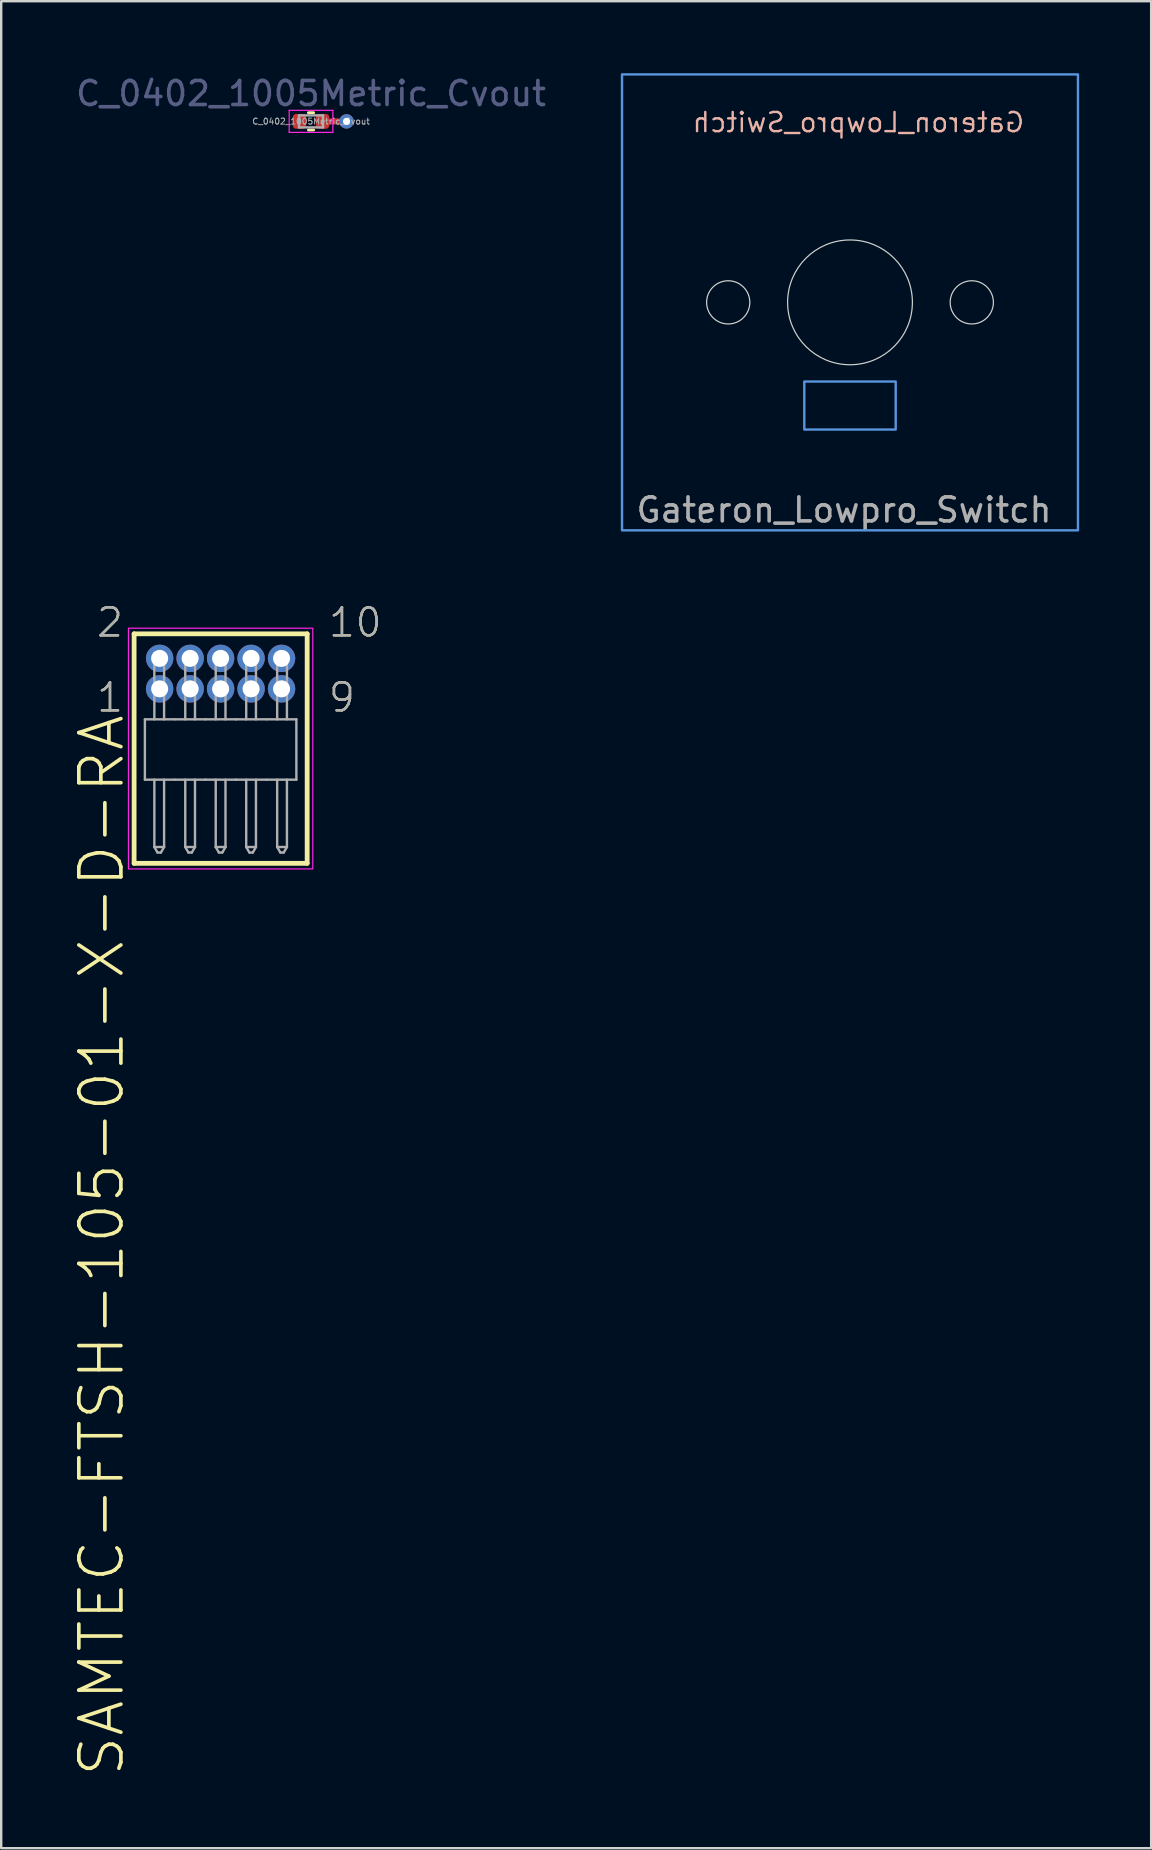
<source format=kicad_pcb>
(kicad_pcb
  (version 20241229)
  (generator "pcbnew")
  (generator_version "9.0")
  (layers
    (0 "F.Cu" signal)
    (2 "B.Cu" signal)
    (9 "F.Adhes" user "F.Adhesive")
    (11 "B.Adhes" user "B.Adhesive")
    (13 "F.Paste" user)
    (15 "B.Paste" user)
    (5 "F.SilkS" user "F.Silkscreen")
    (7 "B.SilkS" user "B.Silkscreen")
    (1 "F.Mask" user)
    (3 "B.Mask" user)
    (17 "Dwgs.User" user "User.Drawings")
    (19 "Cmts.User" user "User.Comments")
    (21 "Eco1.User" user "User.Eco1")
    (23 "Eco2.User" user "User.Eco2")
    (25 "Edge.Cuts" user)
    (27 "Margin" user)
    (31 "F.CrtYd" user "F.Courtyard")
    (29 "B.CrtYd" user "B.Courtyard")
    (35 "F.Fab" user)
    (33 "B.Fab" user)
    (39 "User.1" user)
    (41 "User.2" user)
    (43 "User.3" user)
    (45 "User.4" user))
  (footprint "Gateron_Lowpro_Switch"
    (layer "F.Cu")
    (at 32.371 9.55)
    (property "Reference" "Gateron_Lowpro_Switch" (at 0.35 -7.5 0) (unlocked yes) (layer "B.SilkS") (effects (font (size 0.8 0.8) (thickness 0.1)) (justify mirror)))
    (attr smd)
    (fp_rect (start -9.5 -9.5) (end 9.5 9.5) (stroke (width 0.1) (type solid)) (fill no) (layer "Cmts.User"))
    (fp_rect (start -1.905 3.3) (end 1.905 5.3) (stroke (width 0.1) (type solid)) (fill no) (layer "Cmts.User"))
    (fp_circle (center -5.075 0) (end -4.175 0) (stroke (width 0.05) (type solid)) (fill no) (layer "Edge.Cuts"))
    (fp_circle (center 0 0) (end 2.6 0) (stroke (width 0.05) (type solid)) (fill no) (layer "Edge.Cuts"))
    (fp_circle (center 5.075 0) (end 5.975 0) (stroke (width 0.05) (type solid)) (fill no) (layer "Edge.Cuts"))
    (fp_circle (center -5.075 0) (end -4.075 0) (stroke (width 0.05) (type solid)) (fill no) (layer "User.1"))
    (fp_circle (center 0 0) (end 2.75 0) (stroke (width 0.1) (type solid)) (fill no) (layer "User.1"))
    (fp_circle (center 5.075 0) (end 6.075 0) (stroke (width 0.05) (type solid)) (fill no) (layer "User.1"))
    (fp_rect (start -2.5 -6) (end 2.5 -3.5) (stroke (width 0.1) (type solid)) (fill no) (layer "User.2"))
    (fp_circle (center 0 4.3) (end 2.75 4.3) (stroke (width 0.1) (type solid)) (fill no) (layer "User.2"))
    (fp_circle (center -1 4.3) (end 1.75 4.3) (stroke (width 0.1) (type solid)) (fill no) (layer "User.3"))
    (fp_circle (center 0 -4.75) (end 2.75 -4.75) (stroke (width 0.1) (type solid)) (fill no) (layer "User.3"))
    (fp_circle (center 1 4.3) (end 3.75 4.3) (stroke (width 0.1) (type solid)) (fill no) (layer "User.3"))
    (fp_line (start -7 -6.6) (end -7 6.6) (stroke (width 0.12) (type solid)) (layer "User.4"))
    (fp_line (start -6.6 -7) (end 6.6 -7) (stroke (width 0.12) (type solid)) (layer "User.4"))
    (fp_line (start -6.6 7) (end 6.6 7) (stroke (width 0.12) (type solid)) (layer "User.4"))
    (fp_line (start 7 -6.6) (end 7 6.6) (stroke (width 0.12) (type solid)) (layer "User.4"))
    (fp_arc (start -7 -6.6) (mid -6.882843 -6.882843) (end -6.6 -7) (stroke (width 0.12) (type solid)) (layer "User.4"))
    (fp_arc (start -6.6 7) (mid -6.882843 6.882843) (end -7 6.6) (stroke (width 0.12) (type solid)) (layer "User.4"))
    (fp_arc (start 6.6 -7) (mid 6.882843 -6.882843) (end 7 -6.6) (stroke (width 0.12) (type solid)) (layer "User.4"))
    (fp_arc (start 7 6.6) (mid 6.882843 6.882843) (end 6.6 7) (stroke (width 0.12) (type solid)) (layer "User.4"))
    (fp_text user "${REFERENCE}" (at -0.25 8.65 0) (unlocked yes) (layer "F.Fab") (effects (font (size 1 1) (thickness 0.15))))
    (zone (net_name "") (layers "F.Cu" "B.Cu") (hatch edge 0.5) (connect_pads) (min_thickness 0.25) (filled_areas_thickness no) (keepout (tracks allowed) (vias allowed) (pads allowed) (copperpour not_allowed) (footprints allowed)) (placement (enabled no)) (fill) (polygon (pts (xy 39.371 9.55) (xy 39.421 14.15) (xy 37.271 14.15) (xy 37.271 13.65) (xy 35.621 13.65) (xy 35.621 15.15) (xy 37.271 15.15) (xy 37.271 14.5) (xy 39.421 14.5) (xy 39.371 18.1) (xy 25.371 18.1) (xy 25.371 9.55) (xy 28.771 9.55) (xy 28.771 11.6) (xy 28.121 12.65) (xy 28.621 13.55) (xy 29.521 13.55) (xy 30.121 13.15) (xy 30.091 12.45) (xy 29.121 11.6) (xy 29.121 9.55)))))
  (footprint "C_0402_1005Metric_Cvout"
    (layer "F.Cu")
    (at 9.911 2.008)
    (property "Reference" "C_0402_1005Metric_Cvout" (at 0 -1.16 0) (layer "B.Fab") (effects (font (size 1 1) (thickness 0.15))))
    (attr smd)
    (fp_line (start -0.108 -0.36) (end 0.108 -0.36) (stroke (width 0.12) (type solid)) (layer "F.SilkS"))
    (fp_line (start -0.108 0.36) (end 0.108 0.36) (stroke (width 0.12) (type solid)) (layer "F.SilkS"))
    (fp_line (start -0.91 -0.46) (end 0.91 -0.46) (stroke (width 0.05) (type solid)) (layer "F.CrtYd"))
    (fp_line (start -0.91 0.46) (end -0.91 -0.46) (stroke (width 0.05) (type solid)) (layer "F.CrtYd"))
    (fp_line (start 0.91 -0.46) (end 0.91 0.46) (stroke (width 0.05) (type solid)) (layer "F.CrtYd"))
    (fp_line (start 0.91 0.46) (end -0.91 0.46) (stroke (width 0.05) (type solid)) (layer "F.CrtYd"))
    (fp_line (start -0.5 -0.25) (end 0.5 -0.25) (stroke (width 0.1) (type solid)) (layer "F.Fab"))
    (fp_line (start -0.5 0.25) (end -0.5 -0.25) (stroke (width 0.1) (type solid)) (layer "F.Fab"))
    (fp_line (start 0.5 -0.25) (end 0.5 0.25) (stroke (width 0.1) (type solid)) (layer "F.Fab"))
    (fp_line (start 0.5 0.25) (end -0.5 0.25) (stroke (width 0.1) (type solid)) (layer "F.Fab"))
    (fp_text user "${REFERENCE}" (at 0 0 0) (layer "F.Fab") (effects (font (size 0.25 0.25) (thickness 0.04))))
    (pad "1" smd roundrect (at -0.48 0) (size 0.56 0.62) (layers "F.Cu" "F.Mask" "F.Paste") (roundrect_rratio 0.25))
    (pad "2" smd roundrect (at 0.48 0) (size 0.56 0.62) (layers "F.Cu" "F.Mask" "F.Paste") (roundrect_rratio 0.25))
    (pad "2" smd rect (at 0.98 0 90) (size 0.25 0.45) (layers "F.Cu"))
    (pad "2" thru_hole circle (at 1.48 0) (size 0.6 0.6) (drill 0.3) (layers "*.Cu")))
  (footprint "SAMTEC-FTSH-105-01-X-D-RA"
    (layer "F.Cu")
    (at 6.143 28.183)
    (property "Reference" "SAMTEC-FTSH-105-01-X-D-RA" (at -3.933 -1.555 90) (unlocked yes) (layer "F.SilkS") (effects (font (size 1.753 1.753) (thickness 0.152)) (justify right bottom)))
    (fp_circle (center -2.54 -3.797) (end -2.229 -3.797) (stroke (width 0.622) (type solid)) (fill yes) (layer "F.Mask"))
    (fp_circle (center -2.54 -2.527) (end -2.229 -2.527) (stroke (width 0.622) (type solid)) (fill yes) (layer "F.Mask"))
    (fp_circle (center -1.27 -3.797) (end -0.959 -3.797) (stroke (width 0.622) (type solid)) (fill yes) (layer "F.Mask"))
    (fp_circle (center -1.27 -2.527) (end -0.959 -2.527) (stroke (width 0.622) (type solid)) (fill yes) (layer "F.Mask"))
    (fp_circle (center 0 -3.797) (end 0.311 -3.797) (stroke (width 0.622) (type solid)) (fill yes) (layer "F.Mask"))
    (fp_circle (center 0 -2.527) (end 0.311 -2.527) (stroke (width 0.622) (type solid)) (fill yes) (layer "F.Mask"))
    (fp_circle (center 1.27 -3.797) (end 1.581 -3.797) (stroke (width 0.622) (type solid)) (fill yes) (layer "F.Mask"))
    (fp_circle (center 1.27 -2.527) (end 1.581 -2.527) (stroke (width 0.622) (type solid)) (fill yes) (layer "F.Mask"))
    (fp_circle (center 2.54 -3.797) (end 2.851 -3.797) (stroke (width 0.622) (type solid)) (fill yes) (layer "F.Mask"))
    (fp_circle (center 2.54 -2.527) (end 2.851 -2.527) (stroke (width 0.622) (type solid)) (fill yes) (layer "F.Mask"))
    (fp_circle (center -2.54 -3.797) (end -2.229 -3.797) (stroke (width 0.622) (type solid)) (fill yes) (layer "B.Mask"))
    (fp_circle (center -2.54 -2.527) (end -2.229 -2.527) (stroke (width 0.622) (type solid)) (fill yes) (layer "B.Mask"))
    (fp_circle (center -1.27 -3.797) (end -0.959 -3.797) (stroke (width 0.622) (type solid)) (fill yes) (layer "B.Mask"))
    (fp_circle (center -1.27 -2.527) (end -0.959 -2.527) (stroke (width 0.622) (type solid)) (fill yes) (layer "B.Mask"))
    (fp_circle (center 0 -3.797) (end 0.311 -3.797) (stroke (width 0.622) (type solid)) (fill yes) (layer "B.Mask"))
    (fp_circle (center 0 -2.527) (end 0.311 -2.527) (stroke (width 0.622) (type solid)) (fill yes) (layer "B.Mask"))
    (fp_circle (center 1.27 -3.797) (end 1.581 -3.797) (stroke (width 0.622) (type solid)) (fill yes) (layer "B.Mask"))
    (fp_circle (center 1.27 -2.527) (end 1.581 -2.527) (stroke (width 0.622) (type solid)) (fill yes) (layer "B.Mask"))
    (fp_circle (center 2.54 -3.797) (end 2.851 -3.797) (stroke (width 0.622) (type solid)) (fill yes) (layer "B.Mask"))
    (fp_circle (center 2.54 -2.527) (end 2.851 -2.527) (stroke (width 0.622) (type solid)) (fill yes) (layer "B.Mask"))
    (fp_line (start -3.605 -4.82) (end -3.605 4.743) (stroke (width 0.2) (type solid)) (layer "F.SilkS"))
    (fp_line (start -3.605 4.743) (end 3.607 4.743) (stroke (width 0.2) (type solid)) (layer "F.SilkS"))
    (fp_line (start 3.607 -4.82) (end -3.605 -4.82) (stroke (width 0.2) (type solid)) (layer "F.SilkS"))
    (fp_line (start 3.607 4.743) (end 3.607 -4.82) (stroke (width 0.2) (type solid)) (layer "F.SilkS"))
    (fp_rect (start -3.84 -5.055) (end 3.842 4.978) (stroke (width 0.05) (type default)) (fill no) (layer "F.CrtYd"))
    (fp_line (start -3.155 1.257) (end -3.155 -1.257) (stroke (width 0.1) (type solid)) (layer "F.Fab"))
    (fp_line (start -2.761 -4.013) (end -2.761 -1.257) (stroke (width 0.1) (type solid)) (layer "F.Fab"))
    (fp_line (start -2.761 -4.013) (end -2.355 -4.013) (stroke (width 0.1) (type solid)) (layer "F.Fab"))
    (fp_line (start -2.761 4.064) (end -2.761 1.257) (stroke (width 0.1) (type solid)) (layer "F.Fab"))
    (fp_line (start -2.629 4.293) (end -2.761 4.064) (stroke (width 0.1) (type solid)) (layer "F.Fab"))
    (fp_line (start -2.629 4.293) (end -2.487 4.293) (stroke (width 0.1) (type solid)) (layer "F.Fab"))
    (fp_line (start -2.355 -4.013) (end -2.355 -1.257) (stroke (width 0.1) (type solid)) (layer "F.Fab"))
    (fp_line (start -2.355 1.257) (end -2.355 4.064) (stroke (width 0.1) (type solid)) (layer "F.Fab"))
    (fp_line (start -2.355 4.064) (end -2.761 4.064) (stroke (width 0.1) (type solid)) (layer "F.Fab"))
    (fp_line (start -2.355 4.064) (end -2.487 4.293) (stroke (width 0.1) (type solid)) (layer "F.Fab"))
    (fp_line (start -1.923 -1.257) (end -3.155 -1.257) (stroke (width 0.1) (type solid)) (layer "F.Fab"))
    (fp_line (start -1.923 1.257) (end -3.155 1.257) (stroke (width 0.1) (type solid)) (layer "F.Fab"))
    (fp_line (start -1.473 -4.013) (end -1.067 -4.013) (stroke (width 0.1) (type solid)) (layer "F.Fab"))
    (fp_line (start -1.473 -1.257) (end -1.473 -4.013) (stroke (width 0.1) (type solid)) (layer "F.Fab"))
    (fp_line (start -1.473 4.064) (end -1.473 1.257) (stroke (width 0.1) (type solid)) (layer "F.Fab"))
    (fp_line (start -1.473 4.064) (end -1.341 4.293) (stroke (width 0.1) (type solid)) (layer "F.Fab"))
    (fp_line (start -1.341 4.293) (end -1.199 4.293) (stroke (width 0.1) (type solid)) (layer "F.Fab"))
    (fp_line (start -1.199 4.293) (end -1.067 4.064) (stroke (width 0.1) (type solid)) (layer "F.Fab"))
    (fp_line (start -1.067 -4.013) (end -1.067 -1.257) (stroke (width 0.1) (type solid)) (layer "F.Fab"))
    (fp_line (start -1.067 1.257) (end -1.067 4.064) (stroke (width 0.1) (type solid)) (layer "F.Fab"))
    (fp_line (start -1.067 4.064) (end -1.473 4.064) (stroke (width 0.1) (type solid)) (layer "F.Fab"))
    (fp_line (start -0.635 -1.257) (end -1.905 -1.257) (stroke (width 0.1) (type solid)) (layer "F.Fab"))
    (fp_line (start -0.635 1.257) (end -1.905 1.257) (stroke (width 0.1) (type solid)) (layer "F.Fab"))
    (fp_line (start -0.203 -4.013) (end 0.203 -4.013) (stroke (width 0.1) (type solid)) (layer "F.Fab"))
    (fp_line (start -0.203 -1.257) (end -0.203 -4.013) (stroke (width 0.1) (type solid)) (layer "F.Fab"))
    (fp_line (start -0.203 4.064) (end -0.203 1.257) (stroke (width 0.1) (type solid)) (layer "F.Fab"))
    (fp_line (start -0.203 4.064) (end -0.071 4.293) (stroke (width 0.1) (type solid)) (layer "F.Fab"))
    (fp_line (start -0.071 4.293) (end 0.071 4.293) (stroke (width 0.1) (type solid)) (layer "F.Fab"))
    (fp_line (start 0.071 4.293) (end 0.203 4.064) (stroke (width 0.1) (type solid)) (layer "F.Fab"))
    (fp_line (start 0.203 -4.013) (end 0.203 -1.257) (stroke (width 0.1) (type solid)) (layer "F.Fab"))
    (fp_line (start 0.203 1.257) (end 0.203 4.064) (stroke (width 0.1) (type solid)) (layer "F.Fab"))
    (fp_line (start 0.203 4.064) (end -0.203 4.064) (stroke (width 0.1) (type solid)) (layer "F.Fab"))
    (fp_line (start 0.635 -1.257) (end -0.635 -1.257) (stroke (width 0.1) (type solid)) (layer "F.Fab"))
    (fp_line (start 0.635 1.257) (end -0.635 1.257) (stroke (width 0.1) (type solid)) (layer "F.Fab"))
    (fp_line (start 1.067 -4.013) (end 1.473 -4.013) (stroke (width 0.1) (type solid)) (layer "F.Fab"))
    (fp_line (start 1.067 -1.257) (end 1.067 -4.013) (stroke (width 0.1) (type solid)) (layer "F.Fab"))
    (fp_line (start 1.067 4.064) (end 1.067 1.257) (stroke (width 0.1) (type solid)) (layer "F.Fab"))
    (fp_line (start 1.067 4.064) (end 1.199 4.293) (stroke (width 0.1) (type solid)) (layer "F.Fab"))
    (fp_line (start 1.199 4.293) (end 1.341 4.293) (stroke (width 0.1) (type solid)) (layer "F.Fab"))
    (fp_line (start 1.341 4.293) (end 1.473 4.064) (stroke (width 0.1) (type solid)) (layer "F.Fab"))
    (fp_line (start 1.473 -4.013) (end 1.473 -1.257) (stroke (width 0.1) (type solid)) (layer "F.Fab"))
    (fp_line (start 1.473 1.257) (end 1.473 4.064) (stroke (width 0.1) (type solid)) (layer "F.Fab"))
    (fp_line (start 1.473 4.064) (end 1.067 4.064) (stroke (width 0.1) (type solid)) (layer "F.Fab"))
    (fp_line (start 1.905 -1.257) (end 0.635 -1.257) (stroke (width 0.1) (type solid)) (layer "F.Fab"))
    (fp_line (start 1.905 1.257) (end 0.635 1.257) (stroke (width 0.1) (type solid)) (layer "F.Fab"))
    (fp_line (start 2.357 -4.013) (end 2.764 -4.013) (stroke (width 0.1) (type solid)) (layer "F.Fab"))
    (fp_line (start 2.357 -1.257) (end 2.357 -4.013) (stroke (width 0.1) (type solid)) (layer "F.Fab"))
    (fp_line (start 2.357 4.064) (end 2.357 1.257) (stroke (width 0.1) (type solid)) (layer "F.Fab"))
    (fp_line (start 2.489 4.293) (end 2.357 4.064) (stroke (width 0.1) (type solid)) (layer "F.Fab"))
    (fp_line (start 2.489 4.293) (end 2.631 4.293) (stroke (width 0.1) (type solid)) (layer "F.Fab"))
    (fp_line (start 2.764 -4.013) (end 2.764 -1.257) (stroke (width 0.1) (type solid)) (layer "F.Fab"))
    (fp_line (start 2.764 1.257) (end 2.764 4.064) (stroke (width 0.1) (type solid)) (layer "F.Fab"))
    (fp_line (start 2.764 4.064) (end 2.357 4.064) (stroke (width 0.1) (type solid)) (layer "F.Fab"))
    (fp_line (start 2.764 4.064) (end 2.631 4.293) (stroke (width 0.1) (type solid)) (layer "F.Fab"))
    (fp_line (start 3.157 -1.257) (end 1.925 -1.257) (stroke (width 0.1) (type solid)) (layer "F.Fab"))
    (fp_line (start 3.157 1.257) (end 1.925 1.257) (stroke (width 0.1) (type solid)) (layer "F.Fab"))
    (fp_line (start 3.157 1.257) (end 3.157 -1.257) (stroke (width 0.1) (type solid)) (layer "F.Fab"))
    (fp_text user "2" (at -5.233 -4.61 0) (unlocked yes) (layer "F.SilkS") (effects (font (size 1.168 1.168) (thickness 0.102)) (justify left bottom)))
    (fp_text user "9" (at 4.433 -1.484 0) (unlocked yes) (layer "F.SilkS") (effects (font (size 1.168 1.168) (thickness 0.102)) (justify left bottom)))
    (fp_text user "1" (at -5.233 -1.484 0) (unlocked yes) (layer "F.SilkS") (effects (font (size 1.168 1.168) (thickness 0.102)) (justify left bottom)))
    (fp_text user "10" (at 4.433 -4.61 0) (unlocked yes) (layer "F.SilkS") (effects (font (size 1.168 1.168) (thickness 0.102)) (justify left bottom)))
    (fp_text user "2" (at -5.233 -4.61 0) (unlocked yes) (layer "F.Fab") (effects (font (size 1.168 1.168) (thickness 0.102)) (justify left bottom)))
    (fp_text user "9" (at 4.433 -1.484 0) (unlocked yes) (layer "F.Fab") (effects (font (size 1.168 1.168) (thickness 0.102)) (justify left bottom)))
    (fp_text user "10" (at 4.433 -4.61 0) (unlocked yes) (layer "F.Fab") (effects (font (size 1.168 1.168) (thickness 0.102)) (justify left bottom)))
    (fp_text user "1" (at -5.233 -1.484 0) (unlocked yes) (layer "F.Fab") (effects (font (size 1.168 1.168) (thickness 0.102)) (justify left bottom)))
    (pad "1" thru_hole circle (at -2.54 -2.527) (size 1.143 1.143) (drill 0.71) (layers "*.Cu"))
    (pad "2" thru_hole circle (at -2.54 -3.797) (size 1.143 1.143) (drill 0.71) (layers "*.Cu"))
    (pad "3" thru_hole circle (at -1.27 -2.527) (size 1.143 1.143) (drill 0.71) (layers "*.Cu"))
    (pad "4" thru_hole circle (at -1.27 -3.797) (size 1.143 1.143) (drill 0.71) (layers "*.Cu"))
    (pad "5" thru_hole circle (at 0 -2.527) (size 1.143 1.143) (drill 0.71) (layers "*.Cu"))
    (pad "6" thru_hole circle (at 0 -3.797) (size 1.143 1.143) (drill 0.71) (layers "*.Cu"))
    (pad "7" thru_hole circle (at 1.27 -2.527) (size 1.143 1.143) (drill 0.71) (layers "*.Cu"))
    (pad "8" thru_hole circle (at 1.27 -3.797) (size 1.143 1.143) (drill 0.71) (layers "*.Cu"))
    (pad "9" thru_hole circle (at 2.54 -2.527) (size 1.143 1.143) (drill 0.71) (layers "*.Cu"))
    (pad "10" thru_hole circle (at 2.54 -3.797) (size 1.143 1.143) (drill 0.71) (layers "*.Cu")))
  (gr_rect
    (start -3 -3)
    (end 44.921 73.967)
    (stroke (width 0.1) (type default))
    (fill no)
    (layer "Edge.Cuts")))
</source>
